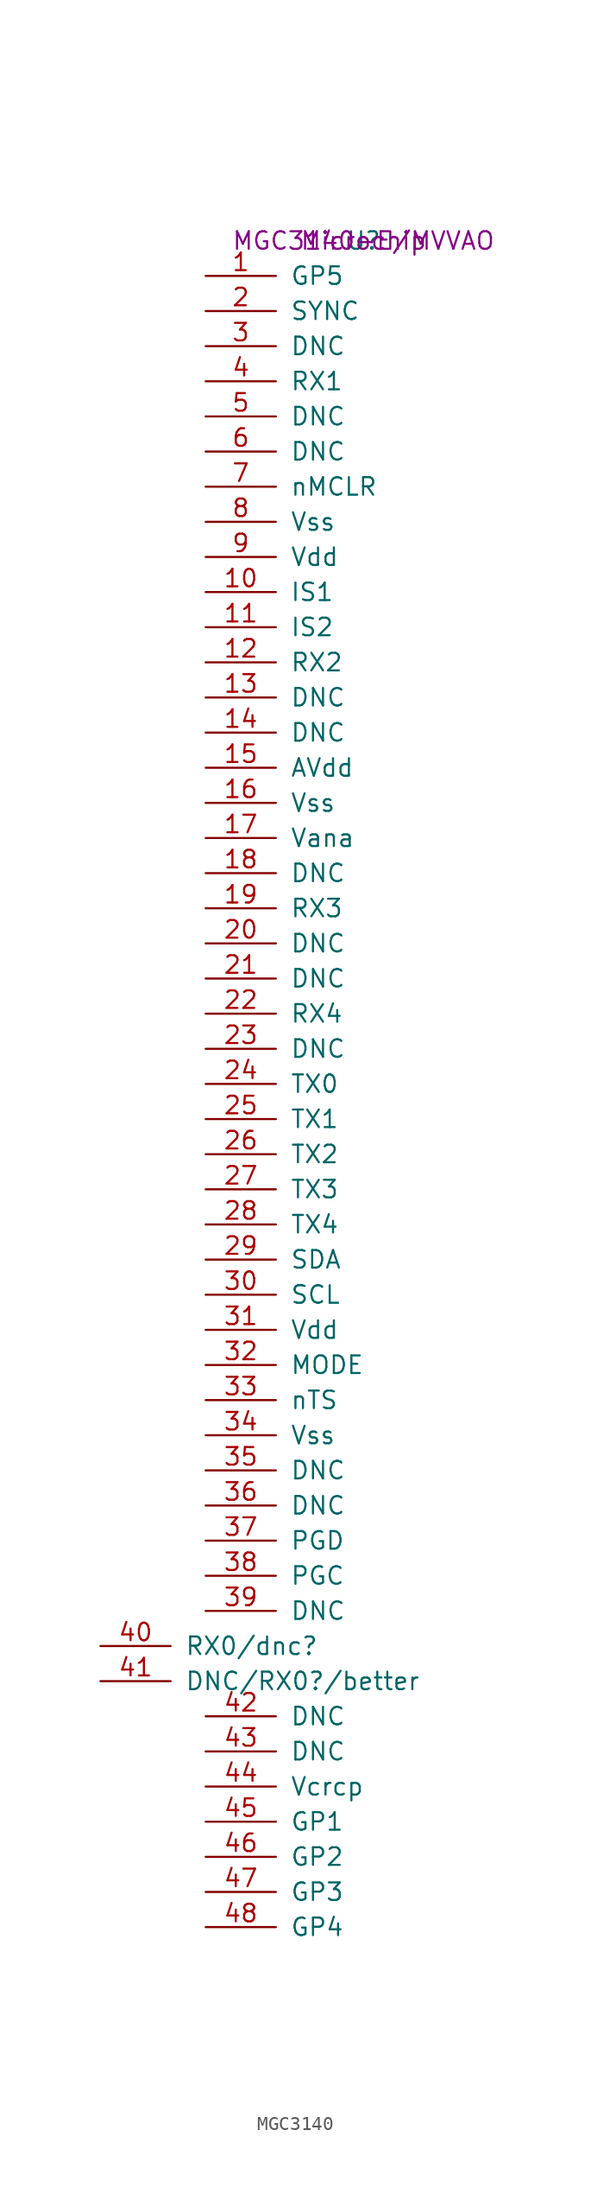
<source format=kicad_sym>
(kicad_symbol_lib
  (version 20211014)
  (generator kicad_symbol_editor)
  (symbol "MGC3140"
    (pin_names
      (offset 1.016))
    (property "Reference" "U"
      (at 0 0 0)
      (effects (font (size 1.27 1.27))))
    (property "p/n" "MGC3140-E/MVVAO"
      (at 0 0 0)
      (effects (font (size 1.27 1.27))))
    (property "Manuf" "Microchip"
      (at 0 0 0)
      (effects (font (size 1.27 1.27))))
    (symbol "MGC3140_1_1"
      (pin passive line (at -11.43 -2.54 0) (length 5.08) (name "GP5" (effects (font (size 1.27 1.27)))) (number "1" (effects (font (size 1.27 1.27)))))
      (pin passive line (at -11.43 -25.4 0) (length 5.08) (name "IS1" (effects (font (size 1.27 1.27)))) (number "10" (effects (font (size 1.27 1.27)))))
      (pin passive line (at -11.43 -27.94 0) (length 5.08) (name "IS2" (effects (font (size 1.27 1.27)))) (number "11" (effects (font (size 1.27 1.27)))))
      (pin passive line (at -11.43 -30.48 0) (length 5.08) (name "RX2" (effects (font (size 1.27 1.27)))) (number "12" (effects (font (size 1.27 1.27)))))
      (pin passive line (at -11.43 -33.02 0) (length 5.08) (name "DNC" (effects (font (size 1.27 1.27)))) (number "13" (effects (font (size 1.27 1.27)))))
      (pin passive line (at -11.43 -35.56 0) (length 5.08) (name "DNC" (effects (font (size 1.27 1.27)))) (number "14" (effects (font (size 1.27 1.27)))))
      (pin passive line (at -11.43 -38.1 0) (length 5.08) (name "AVdd" (effects (font (size 1.27 1.27)))) (number "15" (effects (font (size 1.27 1.27)))))
      (pin passive line (at -11.43 -40.64 0) (length 5.08) (name "Vss" (effects (font (size 1.27 1.27)))) (number "16" (effects (font (size 1.27 1.27)))))
      (pin passive line (at -11.43 -43.18 0) (length 5.08) (name "Vana" (effects (font (size 1.27 1.27)))) (number "17" (effects (font (size 1.27 1.27)))))
      (pin passive line (at -11.43 -45.72 0) (length 5.08) (name "DNC" (effects (font (size 1.27 1.27)))) (number "18" (effects (font (size 1.27 1.27)))))
      (pin passive line (at -11.43 -48.26 0) (length 5.08) (name "RX3" (effects (font (size 1.27 1.27)))) (number "19" (effects (font (size 1.27 1.27)))))
      (pin passive line (at -11.43 -5.08 0) (length 5.08) (name "SYNC" (effects (font (size 1.27 1.27)))) (number "2" (effects (font (size 1.27 1.27)))))
      (pin passive line (at -11.43 -50.8 0) (length 5.08) (name "DNC" (effects (font (size 1.27 1.27)))) (number "20" (effects (font (size 1.27 1.27)))))
      (pin passive line (at -11.43 -53.34 0) (length 5.08) (name "DNC" (effects (font (size 1.27 1.27)))) (number "21" (effects (font (size 1.27 1.27)))))
      (pin passive line (at -11.43 -55.88 0) (length 5.08) (name "RX4" (effects (font (size 1.27 1.27)))) (number "22" (effects (font (size 1.27 1.27)))))
      (pin passive line (at -11.43 -58.42 0) (length 5.08) (name "DNC" (effects (font (size 1.27 1.27)))) (number "23" (effects (font (size 1.27 1.27)))))
      (pin passive line (at -11.43 -60.96 0) (length 5.08) (name "TX0" (effects (font (size 1.27 1.27)))) (number "24" (effects (font (size 1.27 1.27)))))
      (pin passive line (at -11.43 -63.5 0) (length 5.08) (name "TX1" (effects (font (size 1.27 1.27)))) (number "25" (effects (font (size 1.27 1.27)))))
      (pin passive line (at -11.43 -66.04 0) (length 5.08) (name "TX2" (effects (font (size 1.27 1.27)))) (number "26" (effects (font (size 1.27 1.27)))))
      (pin passive line (at -11.43 -68.58 0) (length 5.08) (name "TX3" (effects (font (size 1.27 1.27)))) (number "27" (effects (font (size 1.27 1.27)))))
      (pin passive line (at -11.43 -71.12 0) (length 5.08) (name "TX4" (effects (font (size 1.27 1.27)))) (number "28" (effects (font (size 1.27 1.27)))))
      (pin passive line (at -11.43 -73.66 0) (length 5.08) (name "SDA" (effects (font (size 1.27 1.27)))) (number "29" (effects (font (size 1.27 1.27)))))
      (pin passive line (at -11.43 -7.62 0) (length 5.08) (name "DNC" (effects (font (size 1.27 1.27)))) (number "3" (effects (font (size 1.27 1.27)))))
      (pin passive line (at -11.43 -76.2 0) (length 5.08) (name "SCL" (effects (font (size 1.27 1.27)))) (number "30" (effects (font (size 1.27 1.27)))))
      (pin passive line (at -11.43 -78.74 0) (length 5.08) (name "Vdd" (effects (font (size 1.27 1.27)))) (number "31" (effects (font (size 1.27 1.27)))))
      (pin passive line (at -11.43 -81.28 0) (length 5.08) (name "MODE" (effects (font (size 1.27 1.27)))) (number "32" (effects (font (size 1.27 1.27)))))
      (pin passive line (at -11.43 -83.82 0) (length 5.08) (name "nTS" (effects (font (size 1.27 1.27)))) (number "33" (effects (font (size 1.27 1.27)))))
      (pin passive line (at -11.43 -86.36 0) (length 5.08) (name "Vss" (effects (font (size 1.27 1.27)))) (number "34" (effects (font (size 1.27 1.27)))))
      (pin passive line (at -11.43 -88.9 0) (length 5.08) (name "DNC" (effects (font (size 1.27 1.27)))) (number "35" (effects (font (size 1.27 1.27)))))
      (pin passive line (at -11.43 -91.44 0) (length 5.08) (name "DNC" (effects (font (size 1.27 1.27)))) (number "36" (effects (font (size 1.27 1.27)))))
      (pin passive line (at -11.43 -93.98 0) (length 5.08) (name "PGD" (effects (font (size 1.27 1.27)))) (number "37" (effects (font (size 1.27 1.27)))))
      (pin passive line (at -11.43 -96.52 0) (length 5.08) (name "PGC" (effects (font (size 1.27 1.27)))) (number "38" (effects (font (size 1.27 1.27)))))
      (pin passive line (at -11.43 -99.06 0) (length 5.08) (name "DNC" (effects (font (size 1.27 1.27)))) (number "39" (effects (font (size 1.27 1.27)))))
      (pin passive line (at -11.43 -10.16 0) (length 5.08) (name "RX1" (effects (font (size 1.27 1.27)))) (number "4" (effects (font (size 1.27 1.27)))))
      (pin passive line (at -19.05 -101.6 0) (length 5.08) (name "RX0/dnc?" (effects (font (size 1.27 1.27)))) (number "40" (effects (font (size 1.27 1.27)))))
      (pin passive line (at -19.05 -104.14 0) (length 5.08) (name "DNC/RX0?/better" (effects (font (size 1.27 1.27)))) (number "41" (effects (font (size 1.27 1.27)))))
      (pin passive line (at -11.43 -106.68 0) (length 5.08) (name "DNC" (effects (font (size 1.27 1.27)))) (number "42" (effects (font (size 1.27 1.27)))))
      (pin passive line (at -11.43 -109.22 0) (length 5.08) (name "DNC" (effects (font (size 1.27 1.27)))) (number "43" (effects (font (size 1.27 1.27)))))
      (pin passive line (at -11.43 -111.76 0) (length 5.08) (name "Vcrcp" (effects (font (size 1.27 1.27)))) (number "44" (effects (font (size 1.27 1.27)))))
      (pin passive line (at -11.43 -114.3 0) (length 5.08) (name "GP1" (effects (font (size 1.27 1.27)))) (number "45" (effects (font (size 1.27 1.27)))))
      (pin passive line (at -11.43 -116.84 0) (length 5.08) (name "GP2" (effects (font (size 1.27 1.27)))) (number "46" (effects (font (size 1.27 1.27)))))
      (pin passive line (at -11.43 -119.38 0) (length 5.08) (name "GP3" (effects (font (size 1.27 1.27)))) (number "47" (effects (font (size 1.27 1.27)))))
      (pin passive line (at -11.43 -121.92 0) (length 5.08) (name "GP4" (effects (font (size 1.27 1.27)))) (number "48" (effects (font (size 1.27 1.27)))))
      (pin passive line (at -11.43 -12.7 0) (length 5.08) (name "DNC" (effects (font (size 1.27 1.27)))) (number "5" (effects (font (size 1.27 1.27)))))
      (pin passive line (at -11.43 -15.24 0) (length 5.08) (name "DNC" (effects (font (size 1.27 1.27)))) (number "6" (effects (font (size 1.27 1.27)))))
      (pin passive line (at -11.43 -17.78 0) (length 5.08) (name "nMCLR" (effects (font (size 1.27 1.27)))) (number "7" (effects (font (size 1.27 1.27)))))
      (pin passive line (at -11.43 -20.32 0) (length 5.08) (name "Vss" (effects (font (size 1.27 1.27)))) (number "8" (effects (font (size 1.27 1.27)))))
      (pin passive line (at -11.43 -22.86 0) (length 5.08) (name "Vdd" (effects (font (size 1.27 1.27)))) (number "9" (effects (font (size 1.27 1.27))))))))
</source>
